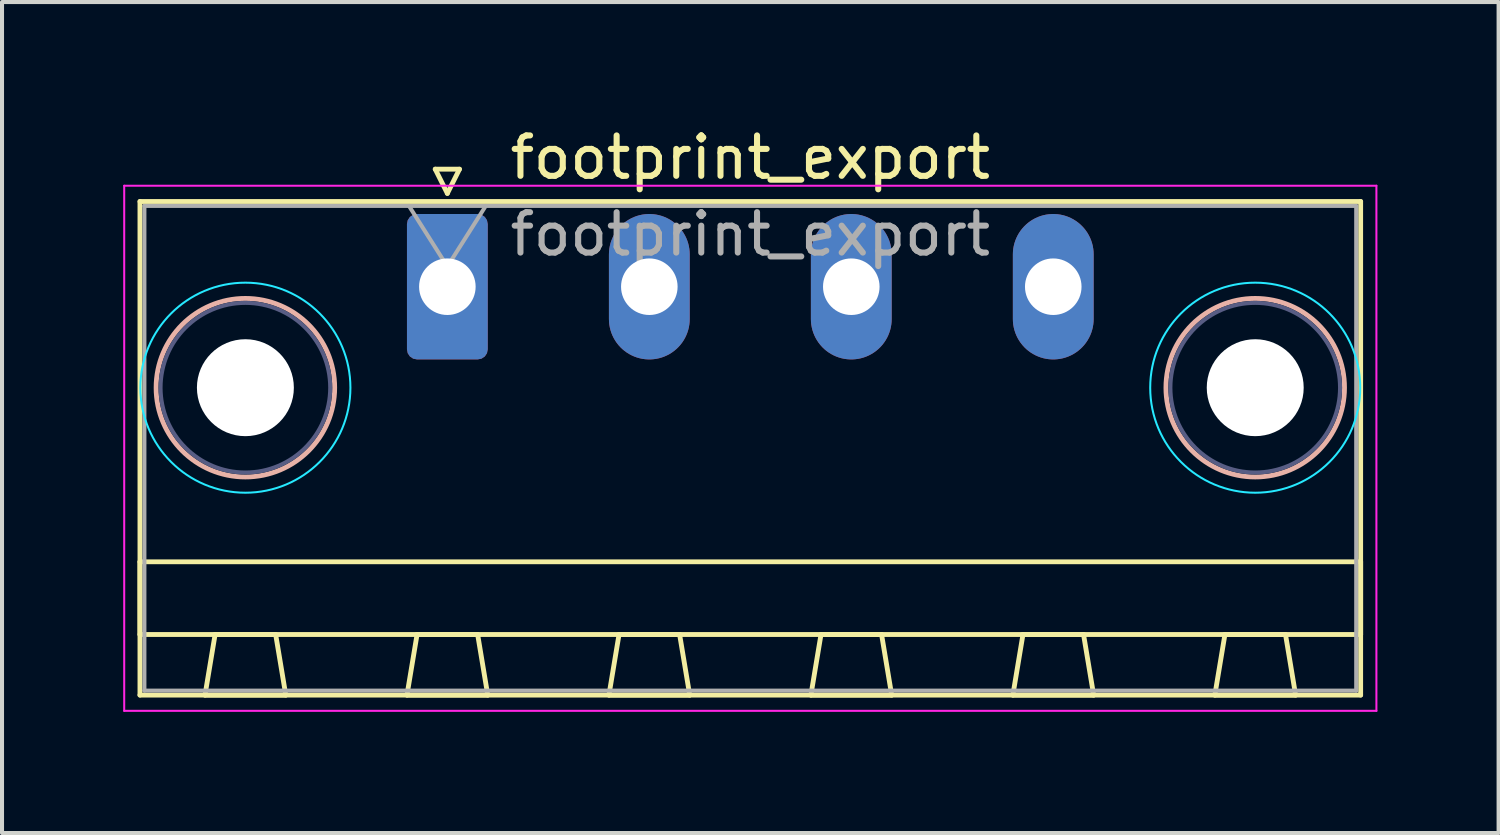
<source format=kicad_pcb>
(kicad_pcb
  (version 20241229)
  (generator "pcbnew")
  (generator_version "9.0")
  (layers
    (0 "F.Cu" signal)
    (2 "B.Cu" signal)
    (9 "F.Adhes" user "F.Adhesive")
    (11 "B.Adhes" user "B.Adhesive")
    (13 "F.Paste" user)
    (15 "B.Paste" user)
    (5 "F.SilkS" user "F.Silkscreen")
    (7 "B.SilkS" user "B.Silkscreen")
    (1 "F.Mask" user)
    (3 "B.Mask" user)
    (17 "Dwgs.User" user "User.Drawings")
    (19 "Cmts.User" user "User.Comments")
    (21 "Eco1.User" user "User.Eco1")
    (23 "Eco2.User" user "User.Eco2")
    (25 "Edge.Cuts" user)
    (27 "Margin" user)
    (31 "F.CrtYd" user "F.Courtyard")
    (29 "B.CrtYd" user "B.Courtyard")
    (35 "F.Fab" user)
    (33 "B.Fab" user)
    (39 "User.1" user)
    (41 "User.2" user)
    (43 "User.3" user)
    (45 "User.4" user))
  (footprint "footprint_export"
    (layer "F.Cu")
    (at 8.025 4.048)
    (property "Reference" "footprint_export" (at 7.5 -3.2 0) (layer "F.SilkS") (effects (font (size 1 1) (thickness 0.15))))
    (attr through_hole)
    (fp_line (start -7.61 -2.11) (end -7.61 10.11) (stroke (width 0.12) (type solid)) (layer "F.SilkS"))
    (fp_line (start -7.61 6.81) (end 22.61 6.81) (stroke (width 0.12) (type solid)) (layer "F.SilkS"))
    (fp_line (start -7.61 8.61) (end -7.61 6.81) (stroke (width 0.12) (type solid)) (layer "F.SilkS"))
    (fp_line (start -7.61 10.11) (end 22.61 10.11) (stroke (width 0.12) (type solid)) (layer "F.SilkS"))
    (fp_line (start -6 10.11) (end -4 10.11) (stroke (width 0.12) (type solid)) (layer "F.SilkS"))
    (fp_line (start -5.75 8.61) (end -6 10.11) (stroke (width 0.12) (type solid)) (layer "F.SilkS"))
    (fp_line (start -4.25 8.61) (end -5.75 8.61) (stroke (width 0.12) (type solid)) (layer "F.SilkS"))
    (fp_line (start -4 10.11) (end -4.25 8.61) (stroke (width 0.12) (type solid)) (layer "F.SilkS"))
    (fp_line (start -1 10.11) (end 1 10.11) (stroke (width 0.12) (type solid)) (layer "F.SilkS"))
    (fp_line (start -0.75 8.61) (end -1 10.11) (stroke (width 0.12) (type solid)) (layer "F.SilkS"))
    (fp_line (start -0.3 -2.91) (end 0.3 -2.91) (stroke (width 0.12) (type solid)) (layer "F.SilkS"))
    (fp_line (start 0 -2.31) (end -0.3 -2.91) (stroke (width 0.12) (type solid)) (layer "F.SilkS"))
    (fp_line (start 0.3 -2.91) (end 0 -2.31) (stroke (width 0.12) (type solid)) (layer "F.SilkS"))
    (fp_line (start 0.75 8.61) (end -0.75 8.61) (stroke (width 0.12) (type solid)) (layer "F.SilkS"))
    (fp_line (start 1 10.11) (end 0.75 8.61) (stroke (width 0.12) (type solid)) (layer "F.SilkS"))
    (fp_line (start 4 10.11) (end 6 10.11) (stroke (width 0.12) (type solid)) (layer "F.SilkS"))
    (fp_line (start 4.25 8.61) (end 4 10.11) (stroke (width 0.12) (type solid)) (layer "F.SilkS"))
    (fp_line (start 5.75 8.61) (end 4.25 8.61) (stroke (width 0.12) (type solid)) (layer "F.SilkS"))
    (fp_line (start 6 10.11) (end 5.75 8.61) (stroke (width 0.12) (type solid)) (layer "F.SilkS"))
    (fp_line (start 9 10.11) (end 11 10.11) (stroke (width 0.12) (type solid)) (layer "F.SilkS"))
    (fp_line (start 9.25 8.61) (end 9 10.11) (stroke (width 0.12) (type solid)) (layer "F.SilkS"))
    (fp_line (start 10.75 8.61) (end 9.25 8.61) (stroke (width 0.12) (type solid)) (layer "F.SilkS"))
    (fp_line (start 11 10.11) (end 10.75 8.61) (stroke (width 0.12) (type solid)) (layer "F.SilkS"))
    (fp_line (start 14 10.11) (end 16 10.11) (stroke (width 0.12) (type solid)) (layer "F.SilkS"))
    (fp_line (start 14.25 8.61) (end 14 10.11) (stroke (width 0.12) (type solid)) (layer "F.SilkS"))
    (fp_line (start 15.75 8.61) (end 14.25 8.61) (stroke (width 0.12) (type solid)) (layer "F.SilkS"))
    (fp_line (start 16 10.11) (end 15.75 8.61) (stroke (width 0.12) (type solid)) (layer "F.SilkS"))
    (fp_line (start 19 10.11) (end 21 10.11) (stroke (width 0.12) (type solid)) (layer "F.SilkS"))
    (fp_line (start 19.25 8.61) (end 19 10.11) (stroke (width 0.12) (type solid)) (layer "F.SilkS"))
    (fp_line (start 20.75 8.61) (end 19.25 8.61) (stroke (width 0.12) (type solid)) (layer "F.SilkS"))
    (fp_line (start 21 10.11) (end 20.75 8.61) (stroke (width 0.12) (type solid)) (layer "F.SilkS"))
    (fp_line (start 22.61 -2.11) (end -7.61 -2.11) (stroke (width 0.12) (type solid)) (layer "F.SilkS"))
    (fp_line (start 22.61 6.81) (end 22.61 8.61) (stroke (width 0.12) (type solid)) (layer "F.SilkS"))
    (fp_line (start 22.61 8.61) (end -7.61 8.61) (stroke (width 0.12) (type solid)) (layer "F.SilkS"))
    (fp_line (start 22.61 10.11) (end 22.61 -2.11) (stroke (width 0.12) (type solid)) (layer "F.SilkS"))
    (fp_circle (center -5 2.5) (end -2.79 2.5) (stroke (width 0.12) (type solid)) (fill no) (layer "B.SilkS"))
    (fp_circle (center 20 2.5) (end 22.21 2.5) (stroke (width 0.12) (type solid)) (fill no) (layer "B.SilkS"))
    (fp_circle (center -5 2.5) (end -2.4 2.5) (stroke (width 0.05) (type solid)) (fill no) (layer "B.CrtYd"))
    (fp_circle (center 20 2.5) (end 22.6 2.5) (stroke (width 0.05) (type solid)) (fill no) (layer "B.CrtYd"))
    (fp_line (start -8 -2.5) (end -8 10.5) (stroke (width 0.05) (type solid)) (layer "F.CrtYd"))
    (fp_line (start -8 10.5) (end 23 10.5) (stroke (width 0.05) (type solid)) (layer "F.CrtYd"))
    (fp_line (start 23 -2.5) (end -8 -2.5) (stroke (width 0.05) (type solid)) (layer "F.CrtYd"))
    (fp_line (start 23 10.5) (end 23 -2.5) (stroke (width 0.05) (type solid)) (layer "F.CrtYd"))
    (fp_circle (center -5 2.5) (end -2.9 2.5) (stroke (width 0.1) (type solid)) (fill no) (layer "B.Fab"))
    (fp_circle (center 20 2.5) (end 22.1 2.5) (stroke (width 0.1) (type solid)) (fill no) (layer "B.Fab"))
    (fp_line (start -7.5 -2) (end -7.5 10) (stroke (width 0.1) (type solid)) (layer "F.Fab"))
    (fp_line (start -7.5 10) (end 22.5 10) (stroke (width 0.1) (type solid)) (layer "F.Fab"))
    (fp_line (start 0 -0.5) (end -0.95 -2) (stroke (width 0.1) (type solid)) (layer "F.Fab"))
    (fp_line (start 0.95 -2) (end 0 -0.5) (stroke (width 0.1) (type solid)) (layer "F.Fab"))
    (fp_line (start 22.5 -2) (end -7.5 -2) (stroke (width 0.1) (type solid)) (layer "F.Fab"))
    (fp_line (start 22.5 10) (end 22.5 -2) (stroke (width 0.1) (type solid)) (layer "F.Fab"))
    (fp_text user "${REFERENCE}" (at 7.5 -1.3 0) (layer "F.Fab") (effects (font (size 1 1) (thickness 0.15))))
    (pad "" np_thru_hole circle (at -5 2.5) (size 2.4 2.4) (drill 2.4) (layers "*.Cu" "*.Mask"))
    (pad "" np_thru_hole circle (at 20 2.5) (size 2.4 2.4) (drill 2.4) (layers "*.Cu" "*.Mask"))
    (pad "1" thru_hole roundrect (at 0 0) (size 2 3.6) (drill 1.4) (layers "*.Cu" "*.Mask") (roundrect_rratio 0.125))
    (pad "2" thru_hole oval (at 5 0) (size 2 3.6) (drill 1.4) (layers "*.Cu" "*.Mask"))
    (pad "3" thru_hole oval (at 10 0) (size 2 3.6) (drill 1.4) (layers "*.Cu" "*.Mask"))
    (pad "4" thru_hole oval (at 15 0) (size 2 3.6) (drill 1.4) (layers "*.Cu" "*.Mask")))
  (gr_rect
    (start -3 -3)
    (end 34.05 17.573)
    (stroke (width 0.1) (type default))
    (fill no)
    (layer "Edge.Cuts")))
</source>
